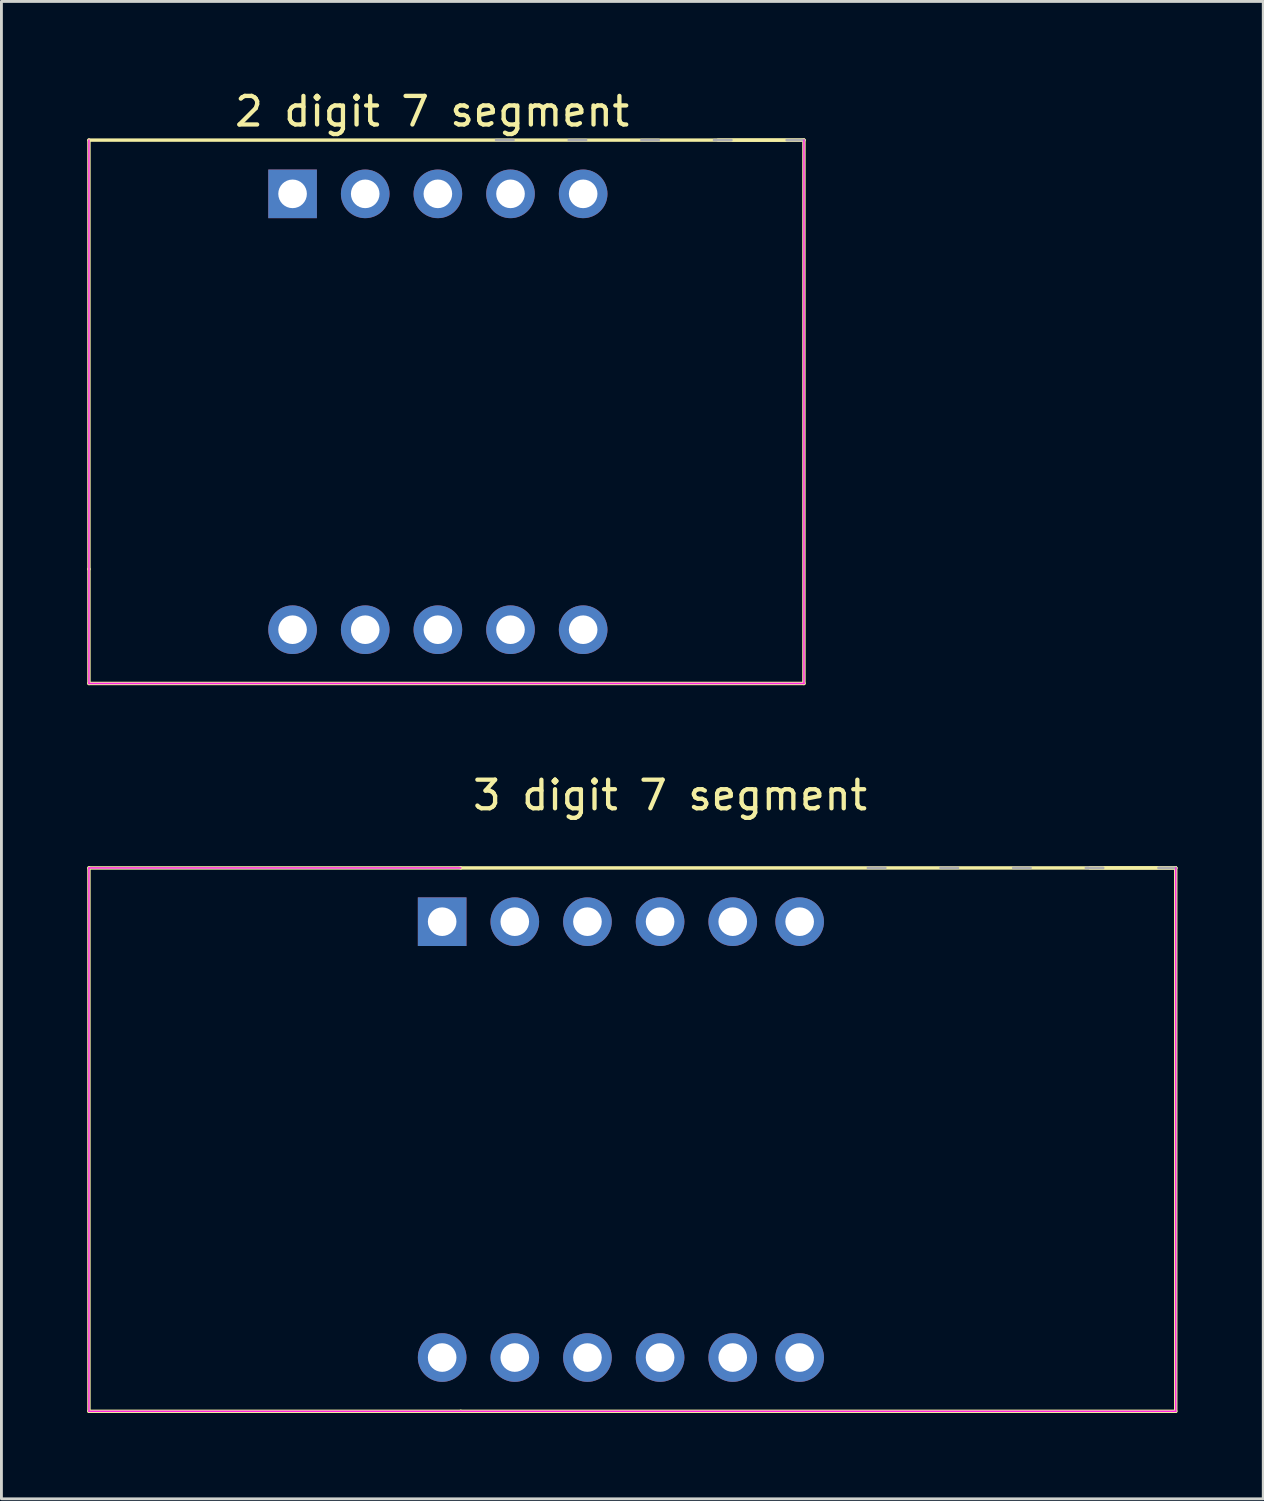
<source format=kicad_pcb>
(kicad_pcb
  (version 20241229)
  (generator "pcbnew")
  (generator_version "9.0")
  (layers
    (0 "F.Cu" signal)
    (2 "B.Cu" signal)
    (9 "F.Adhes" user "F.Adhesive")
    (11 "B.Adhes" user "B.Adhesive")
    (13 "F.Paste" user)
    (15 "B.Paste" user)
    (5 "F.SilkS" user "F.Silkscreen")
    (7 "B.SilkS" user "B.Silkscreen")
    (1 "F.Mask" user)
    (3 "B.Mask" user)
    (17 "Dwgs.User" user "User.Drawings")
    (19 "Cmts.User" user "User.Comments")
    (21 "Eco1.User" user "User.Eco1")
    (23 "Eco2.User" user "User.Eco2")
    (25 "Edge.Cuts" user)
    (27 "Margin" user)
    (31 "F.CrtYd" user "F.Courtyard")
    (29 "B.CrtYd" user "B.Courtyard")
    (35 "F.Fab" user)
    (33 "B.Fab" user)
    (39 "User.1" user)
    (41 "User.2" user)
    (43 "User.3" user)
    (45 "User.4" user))
  (footprint "2 digit 7 segment"
    (layer "F.Cu")
    (at 12.06 1.848)
    (property "Reference" "2 digit 7 segment" (at 0 -1 0) (layer "F.SilkS") (effects (font (size 1 1) (thickness 0.15))))
    (attr through_hole)
    (fp_line (start -12 15) (end -12 0) (stroke (width 0.12) (type solid)) (layer "F.SilkS"))
    (fp_line (start -12 15) (end -12 19) (stroke (width 0.12) (type solid)) (layer "F.SilkS"))
    (fp_line (start -12 19) (end 13 19) (stroke (width 0.12) (type solid)) (layer "F.SilkS"))
    (fp_line (start 13 0) (end -12 0) (stroke (width 0.12) (type solid)) (layer "F.SilkS"))
    (fp_line (start 13 0) (end 10 0) (stroke (width 0.12) (type solid)) (layer "F.SilkS"))
    (fp_line (start 13 19) (end 13 0) (stroke (width 0.12) (type solid)) (layer "F.SilkS"))
    (fp_line (start -12 19) (end -12 0) (stroke (width 0.05) (type solid)) (layer "F.CrtYd"))
    (fp_line (start 13 0) (end 13 19) (stroke (width 0.05) (type solid)) (layer "F.CrtYd"))
    (fp_line (start 13 19) (end -12 19) (stroke (width 0.05) (type solid)) (layer "F.CrtYd"))
    (fp_line (start 2.84 0) (end 2.24 0) (stroke (width 0.1) (type solid)) (layer "F.Fab"))
    (fp_line (start 5.38 0) (end 4.78 0) (stroke (width 0.1) (type solid)) (layer "F.Fab"))
    (fp_line (start 7.92 0) (end 7.32 0) (stroke (width 0.1) (type solid)) (layer "F.Fab"))
    (fp_line (start 10.46 0) (end 9.86 0) (stroke (width 0.1) (type solid)) (layer "F.Fab"))
    (fp_line (start 13 0) (end 12.4 0) (stroke (width 0.1) (type solid)) (layer "F.Fab"))
    (pad "1" thru_hole rect (at -4.88 1.88 90) (size 1.7 1.7) (drill 1) (layers "*.Cu" "*.Mask"))
    (pad "2" thru_hole oval (at -2.34 1.88 90) (size 1.7 1.7) (drill 1) (layers "*.Cu" "*.Mask"))
    (pad "3" thru_hole oval (at -4.88 17.12 90) (size 1.7 1.7) (drill 1) (layers "*.Cu" "*.Mask"))
    (pad "4" thru_hole oval (at 2.74 17.12 90) (size 1.7 1.7) (drill 1) (layers "*.Cu" "*.Mask"))
    (pad "5" thru_hole oval (at 0.2 17.12 90) (size 1.7 1.7) (drill 1) (layers "*.Cu" "*.Mask"))
    (pad "6" thru_hole oval (at 5.28 1.88 90) (size 1.7 1.7) (drill 1) (layers "*.Cu" "*.Mask"))
    (pad "7" thru_hole oval (at 5.28 17.12 90) (size 1.7 1.7) (drill 1) (layers "*.Cu" "*.Mask"))
    (pad "8" thru_hole oval (at -2.34 17.12 90) (size 1.7 1.7) (drill 1) (layers "*.Cu" "*.Mask"))
    (pad "9" thru_hole oval (at 2.74 1.88 90) (size 1.7 1.7) (drill 1) (layers "*.Cu" "*.Mask"))
    (pad "10" thru_hole oval (at 0.2 1.88 90) (size 1.7 1.7) (drill 1) (layers "*.Cu" "*.Mask")))
  (footprint "3 digit 7 segment"
    (layer "F.Cu")
    (at 20.38 27.297)
    (property "Reference" "3 digit 7 segment" (at 0 -2.54 0) (layer "F.SilkS") (effects (font (size 1 1) (thickness 0.15))))
    (attr through_hole)
    (fp_line (start -20.32 0) (end -20.32 19) (stroke (width 0.12) (type solid)) (layer "F.SilkS"))
    (fp_line (start -20.32 19) (end -7.32 19) (stroke (width 0.12) (type solid)) (layer "F.SilkS"))
    (fp_line (start -7.32 0) (end -20.32 0) (stroke (width 0.12) (type solid)) (layer "F.SilkS"))
    (fp_line (start -7.32 19) (end 17.68 19) (stroke (width 0.12) (type solid)) (layer "F.SilkS"))
    (fp_line (start 17.68 0) (end -7.32 0) (stroke (width 0.12) (type solid)) (layer "F.SilkS"))
    (fp_line (start 17.68 0) (end 14.68 0) (stroke (width 0.12) (type solid)) (layer "F.SilkS"))
    (fp_line (start 17.68 19) (end 17.68 0) (stroke (width 0.12) (type solid)) (layer "F.SilkS"))
    (fp_line (start -20.32 0) (end -20.32 19) (stroke (width 0.05) (type solid)) (layer "F.CrtYd"))
    (fp_line (start -20.32 19) (end -7.32 19) (stroke (width 0.05) (type solid)) (layer "F.CrtYd"))
    (fp_line (start -7.32 0) (end -20.32 0) (stroke (width 0.05) (type solid)) (layer "F.CrtYd"))
    (fp_line (start 17.68 0) (end 17.68 19) (stroke (width 0.05) (type solid)) (layer "F.CrtYd"))
    (fp_line (start 17.68 19) (end -7.32 19) (stroke (width 0.05) (type solid)) (layer "F.CrtYd"))
    (fp_line (start 7.52 0) (end 6.92 0) (stroke (width 0.1) (type solid)) (layer "F.Fab"))
    (fp_line (start 10.06 0) (end 9.46 0) (stroke (width 0.1) (type solid)) (layer "F.Fab"))
    (fp_line (start 12.6 0) (end 12 0) (stroke (width 0.1) (type solid)) (layer "F.Fab"))
    (fp_line (start 15.14 0) (end 14.54 0) (stroke (width 0.1) (type solid)) (layer "F.Fab"))
    (fp_line (start 17.68 0) (end 17.08 0) (stroke (width 0.1) (type solid)) (layer "F.Fab"))
    (pad "1" thru_hole oval (at -5.43 1.88 90) (size 1.7 1.7) (drill 1) (layers "*.Cu" "*.Mask"))
    (pad "2" thru_hole oval (at 4.53 1.88 90) (size 1.7 1.7) (drill 1) (layers "*.Cu" "*.Mask"))
    (pad "3" thru_hole oval (at -0.35 17.12 90) (size 1.7 1.7) (drill 1) (layers "*.Cu" "*.Mask"))
    (pad "4" thru_hole oval (at -5.43 17.12 90) (size 1.7 1.7) (drill 1) (layers "*.Cu" "*.Mask"))
    (pad "5" thru_hole oval (at -7.97 17.12 90) (size 1.7 1.7) (drill 1) (layers "*.Cu" "*.Mask"))
    (pad "6" thru_hole oval (at -2.89 1.88 90) (size 1.7 1.7) (drill 1) (layers "*.Cu" "*.Mask"))
    (pad "7" thru_hole oval (at 2.19 17.12 90) (size 1.7 1.7) (drill 1) (layers "*.Cu" "*.Mask"))
    (pad "8" thru_hole oval (at -2.89 17.12 90) (size 1.7 1.7) (drill 1) (layers "*.Cu" "*.Mask"))
    (pad "9" thru_hole rect (at -7.97 1.88 90) (size 1.7 1.7) (drill 1) (layers "*.Cu" "*.Mask"))
    (pad "10" thru_hole oval (at -0.35 1.88 90) (size 1.7 1.7) (drill 1) (layers "*.Cu" "*.Mask"))
    (pad "11" thru_hole oval (at 2.19 1.88 90) (size 1.7 1.7) (drill 1) (layers "*.Cu" "*.Mask"))
    (pad "12" thru_hole oval (at 4.53 17.12 90) (size 1.7 1.7) (drill 1) (layers "*.Cu" "*.Mask")))
  (gr_rect
    (start -3 -3)
    (end 41.12 49.356)
    (stroke (width 0.1) (type default))
    (fill no)
    (layer "Edge.Cuts")))
</source>
